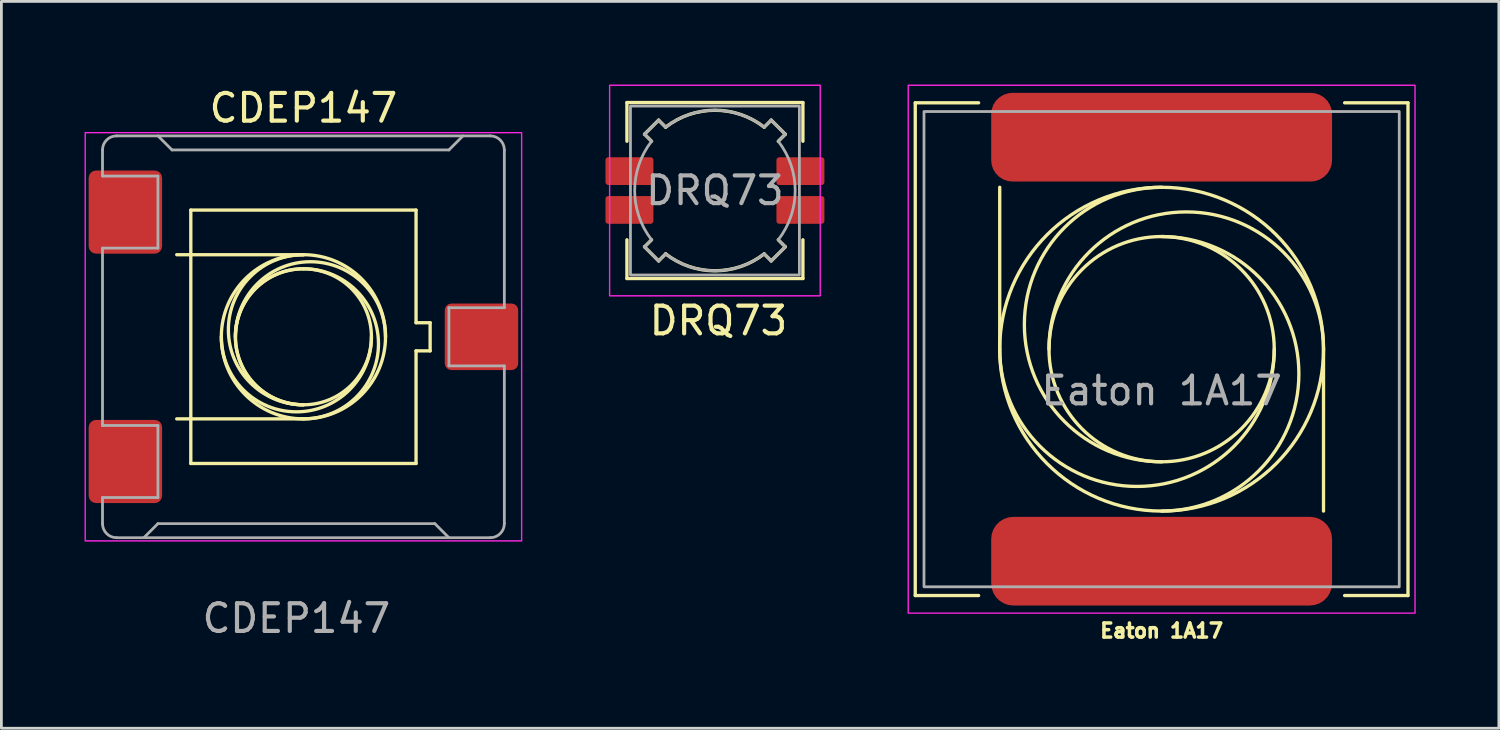
<source format=kicad_pcb>
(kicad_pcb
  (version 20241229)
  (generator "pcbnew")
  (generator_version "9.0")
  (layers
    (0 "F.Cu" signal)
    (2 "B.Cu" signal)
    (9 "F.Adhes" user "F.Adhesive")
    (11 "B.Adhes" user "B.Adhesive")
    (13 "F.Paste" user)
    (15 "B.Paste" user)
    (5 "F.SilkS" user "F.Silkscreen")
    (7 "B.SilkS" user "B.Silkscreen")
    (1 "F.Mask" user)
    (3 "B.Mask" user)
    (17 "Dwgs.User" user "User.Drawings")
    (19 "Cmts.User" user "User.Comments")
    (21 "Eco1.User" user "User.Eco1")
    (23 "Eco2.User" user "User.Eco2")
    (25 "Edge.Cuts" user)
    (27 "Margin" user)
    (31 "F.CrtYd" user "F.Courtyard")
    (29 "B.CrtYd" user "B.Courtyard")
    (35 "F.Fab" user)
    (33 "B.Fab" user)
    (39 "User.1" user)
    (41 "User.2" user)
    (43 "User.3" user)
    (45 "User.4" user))
  (footprint "Eaton 1A17"
    (layer "F.Cu")
    (at 38.867 9.55)
    (property "Reference" "Eaton 1A17" (at 0 10.16 0) (layer "F.SilkS") (effects (font (size 0.508 0.508) (thickness 0.127))))
    (fp_line (start -8.89 -8.89) (end -8.89 8.89) (stroke (width 0.12) (type solid)) (layer "F.SilkS"))
    (fp_line (start -8.89 8.89) (end -6.604 8.89) (stroke (width 0.12) (type solid)) (layer "F.SilkS"))
    (fp_line (start -6.604 -8.89) (end -8.89 -8.89) (stroke (width 0.12) (type solid)) (layer "F.SilkS"))
    (fp_line (start -5.842 0) (end -5.842 -5.842) (stroke (width 0.12) (type solid)) (layer "F.SilkS"))
    (fp_line (start 5.842 0) (end 5.842 5.842) (stroke (width 0.12) (type solid)) (layer "F.SilkS"))
    (fp_line (start 6.604 -8.89) (end 8.89 -8.89) (stroke (width 0.12) (type solid)) (layer "F.SilkS"))
    (fp_line (start 8.89 -8.89) (end 8.89 8.89) (stroke (width 0.12) (type solid)) (layer "F.SilkS"))
    (fp_line (start 8.89 8.89) (end 6.604 8.89) (stroke (width 0.12) (type solid)) (layer "F.SilkS"))
    (fp_arc (start -4.064 0) (mid 0.889 -4.953) (end 5.842 0) (stroke (width 0.12) (type solid)) (layer "F.SilkS"))
    (fp_arc (start 0 -4.064) (mid 4.953 0.889) (end 0 5.842) (stroke (width 0.12) (type solid)) (layer "F.SilkS"))
    (fp_arc (start 0 4.064) (mid -4.953 -0.889) (end 0 -5.842) (stroke (width 0.12) (type solid)) (layer "F.SilkS"))
    (fp_arc (start 4.064 0) (mid -0.889 4.953) (end -5.842 0) (stroke (width 0.12) (type solid)) (layer "F.SilkS"))
    (fp_circle (center 0 0) (end 0 -5.842) (stroke (width 0.12) (type solid)) (fill no) (layer "F.SilkS"))
    (fp_circle (center 0 0) (end 0 -4.064) (stroke (width 0.12) (type solid)) (fill no) (layer "F.SilkS"))
    (fp_rect (start -9.144 -9.525) (end 9.144 9.525) (stroke (width 0.05) (type solid)) (fill no) (layer "F.CrtYd"))
    (fp_rect (start -8.575 -8.575) (end 8.575 8.575) (stroke (width 0.1) (type solid)) (fill no) (layer "F.Fab"))
    (fp_text user "${REFERENCE}" (at 0 1.5 0) (unlocked yes) (layer "F.Fab") (effects (font (size 1 1) (thickness 0.15))))
    (pad "1" smd roundrect (at 0 -7.65) (size 12.3 3.2) (layers "F.Cu" "F.Mask" "F.Paste") (roundrect_rratio 0.24))
    (pad "2" smd roundrect (at 0 7.65) (size 12.3 3.2) (layers "F.Cu" "F.Mask" "F.Paste") (roundrect_rratio 0.25)))
  (footprint "CDEP147"
    (layer "F.Cu")
    (at 7.899 9.103)
    (property "Reference" "CDEP147" (at 0 -8.255 0) (unlocked yes) (layer "F.SilkS") (effects (font (size 1 1) (thickness 0.15))))
    (fp_line (start -4.064 -4.572) (end -4.064 4.572) (stroke (width 0.12) (type solid)) (layer "F.SilkS"))
    (fp_line (start -4.064 -4.572) (end 4.064 -4.572) (stroke (width 0.12) (type solid)) (layer "F.SilkS"))
    (fp_line (start 0 -2.962) (end -4.572 -2.962) (stroke (width 0.12) (type solid)) (layer "F.SilkS"))
    (fp_line (start 0 2.962) (end -4.572 2.962) (stroke (width 0.12) (type solid)) (layer "F.SilkS"))
    (fp_line (start 4.064 -4.572) (end 4.064 -0.508) (stroke (width 0.12) (type solid)) (layer "F.SilkS"))
    (fp_line (start 4.064 -0.508) (end 4.572 -0.508) (stroke (width 0.12) (type solid)) (layer "F.SilkS"))
    (fp_line (start 4.064 0.508) (end 4.064 4.572) (stroke (width 0.12) (type solid)) (layer "F.SilkS"))
    (fp_line (start 4.064 4.572) (end -4.064 4.572) (stroke (width 0.12) (type solid)) (layer "F.SilkS"))
    (fp_line (start 4.572 -0.508) (end 4.572 0.508) (stroke (width 0.12) (type solid)) (layer "F.SilkS"))
    (fp_line (start 4.572 0.508) (end 4.064 0.508) (stroke (width 0.12) (type solid)) (layer "F.SilkS"))
    (fp_arc (start -2.454123 0) (mid 0.254 -2.708123) (end 2.962123 0) (stroke (width 0.12) (type solid)) (layer "F.SilkS"))
    (fp_arc (start 0 -2.454123) (mid 2.708123 0.254) (end 0 2.962123) (stroke (width 0.12) (type solid)) (layer "F.SilkS"))
    (fp_arc (start 0 2.454123) (mid -2.708123 -0.254) (end 0 -2.962123) (stroke (width 0.12) (type solid)) (layer "F.SilkS"))
    (fp_arc (start 0 2.454123) (mid -2.454123 0) (end 0 -2.454123) (stroke (width 0.12) (type solid)) (layer "F.SilkS"))
    (fp_arc (start 2.454123 0) (mid -0.254 2.708123) (end -2.962123 0) (stroke (width 0.12) (type solid)) (layer "F.SilkS"))
    (fp_circle (center 0 0) (end -1.524 -2.54) (stroke (width 0.12) (type solid)) (fill no) (layer "F.SilkS"))
    (fp_circle (center 0 0) (end 0 2.454) (stroke (width 0.12) (type solid)) (fill no) (layer "F.SilkS"))
    (fp_rect (start -7.874 -7.366) (end 7.874 7.366) (stroke (width 0.05) (type solid)) (fill no) (layer "F.CrtYd"))
    (fp_line (start -7.25 -5.8) (end -7.25 -6.742) (stroke (width 0.1) (type solid)) (layer "F.Fab"))
    (fp_line (start -7.25 -5.8) (end -5.25 -5.8) (stroke (width 0.1) (type solid)) (layer "F.Fab"))
    (fp_line (start -7.25 -3.2) (end -7.25 3.2) (stroke (width 0.1) (type solid)) (layer "F.Fab"))
    (fp_line (start -7.25 -3.2) (end -5.25 -3.2) (stroke (width 0.1) (type solid)) (layer "F.Fab"))
    (fp_line (start -7.25 3.2) (end -5.25 3.2) (stroke (width 0.1) (type solid)) (layer "F.Fab"))
    (fp_line (start -7.25 5.8) (end -7.25 6.742) (stroke (width 0.1) (type solid)) (layer "F.Fab"))
    (fp_line (start -7.25 5.8) (end -5.25 5.8) (stroke (width 0.1) (type solid)) (layer "F.Fab"))
    (fp_line (start -6.742 -7.25) (end 6.742 -7.25) (stroke (width 0.1) (type solid)) (layer "F.Fab"))
    (fp_line (start -6.742 7.25) (end 6.742 7.25) (stroke (width 0.1) (type solid)) (layer "F.Fab"))
    (fp_line (start -5.25 -5.8) (end -5.25 -3.2) (stroke (width 0.1) (type solid)) (layer "F.Fab"))
    (fp_line (start -5.25 3.2) (end -5.25 5.8) (stroke (width 0.1) (type solid)) (layer "F.Fab"))
    (fp_line (start -5.25 6.742) (end -5.758 7.25) (stroke (width 0.1) (type solid)) (layer "F.Fab"))
    (fp_line (start -4.742 -6.742) (end -5.25 -7.25) (stroke (width 0.1) (type solid)) (layer "F.Fab"))
    (fp_line (start -4.742 -6.742) (end 5.25 -6.742) (stroke (width 0.1) (type solid)) (layer "F.Fab"))
    (fp_line (start 4.742 6.742) (end -5.25 6.742) (stroke (width 0.1) (type solid)) (layer "F.Fab"))
    (fp_line (start 4.742 6.742) (end 5.25 7.25) (stroke (width 0.1) (type solid)) (layer "F.Fab"))
    (fp_line (start 5.25 -6.742) (end 5.758 -7.25) (stroke (width 0.1) (type solid)) (layer "F.Fab"))
    (fp_line (start 5.25 -1.05) (end 5.25 1.05) (stroke (width 0.1) (type solid)) (layer "F.Fab"))
    (fp_line (start 5.25 -1.05) (end 7.25 -1.05) (stroke (width 0.1) (type solid)) (layer "F.Fab"))
    (fp_line (start 5.25 1.05) (end 7.25 1.05) (stroke (width 0.1) (type solid)) (layer "F.Fab"))
    (fp_line (start 7.25 -6.742) (end 7.25 -1.05) (stroke (width 0.1) (type solid)) (layer "F.Fab"))
    (fp_line (start 7.25 1.05) (end 7.25 6.742) (stroke (width 0.1) (type solid)) (layer "F.Fab"))
    (fp_arc (start -7.25 -6.742) (mid -7.10121 -7.10121) (end -6.742 -7.25) (stroke (width 0.1) (type solid)) (layer "F.Fab"))
    (fp_arc (start -6.742 7.25) (mid -7.10121 7.10121) (end -7.25 6.742) (stroke (width 0.1) (type solid)) (layer "F.Fab"))
    (fp_arc (start 6.742 -7.25) (mid 7.10121 -7.10121) (end 7.25 -6.742) (stroke (width 0.1) (type solid)) (layer "F.Fab"))
    (fp_arc (start 7.25 6.742) (mid 7.10121 7.10121) (end 6.742 7.25) (stroke (width 0.1) (type solid)) (layer "F.Fab"))
    (fp_text user "${REFERENCE}" (at -0.254 10.16 0) (unlocked yes) (layer "F.Fab") (effects (font (size 1 1) (thickness 0.15))))
    (pad "1" smd roundrect (at -6.425 4.5) (size 2.65 3) (layers "F.Cu" "F.Mask" "F.Paste") (roundrect_rratio 0.1))
    (pad "2" smd roundrect (at -6.425 -4.5) (size 2.65 3) (layers "F.Cu" "F.Mask" "F.Paste") (roundrect_rratio 0.1))
    (pad "3" smd roundrect (at 6.425 0) (size 2.65 2.4) (layers "F.Cu" "F.Mask" "F.Paste") (roundrect_rratio 0.1)))
  (footprint "DRQ73"
    (layer "F.Cu")
    (at 22.748 3.825)
    (property "Reference" "DRQ73" (at 0.127 4.699 0) (unlocked yes) (layer "F.SilkS") (effects (font (size 1 1) (thickness 0.15))))
    (fp_line (start -3.175 -3.175) (end 3.175 -3.175) (stroke (width 0.12) (type solid)) (layer "F.SilkS"))
    (fp_line (start -3.175 -1.778) (end -3.175 -3.175) (stroke (width 0.12) (type solid)) (layer "F.SilkS"))
    (fp_line (start -3.175 3.175) (end -3.175 1.778) (stroke (width 0.12) (type solid)) (layer "F.SilkS"))
    (fp_line (start -2.54 -2.032) (end -2.032 -2.54) (stroke (width 0.12) (type solid)) (layer "F.SilkS"))
    (fp_line (start -2.54 2.032) (end -2.032 2.54) (stroke (width 0.12) (type solid)) (layer "F.SilkS"))
    (fp_line (start -2.286 -1.778) (end -2.54 -2.032) (stroke (width 0.12) (type solid)) (layer "F.SilkS"))
    (fp_line (start -2.286 1.778) (end -2.54 2.032) (stroke (width 0.12) (type solid)) (layer "F.SilkS"))
    (fp_line (start -2.032 -2.54) (end -1.778 -2.286) (stroke (width 0.12) (type solid)) (layer "F.SilkS"))
    (fp_line (start -2.032 2.54) (end -1.778 2.286) (stroke (width 0.12) (type solid)) (layer "F.SilkS"))
    (fp_line (start 1.778 2.286) (end 2.032 2.54) (stroke (width 0.12) (type solid)) (layer "F.SilkS"))
    (fp_line (start 2.032 -2.54) (end 1.778 -2.286) (stroke (width 0.12) (type solid)) (layer "F.SilkS"))
    (fp_line (start 2.032 2.54) (end 2.54 2.032) (stroke (width 0.12) (type solid)) (layer "F.SilkS"))
    (fp_line (start 2.286 -1.778) (end 2.54 -2.032) (stroke (width 0.12) (type solid)) (layer "F.SilkS"))
    (fp_line (start 2.54 -2.032) (end 2.032 -2.54) (stroke (width 0.12) (type solid)) (layer "F.SilkS"))
    (fp_line (start 2.54 2.032) (end 2.286 1.778) (stroke (width 0.12) (type solid)) (layer "F.SilkS"))
    (fp_line (start 3.175 -3.175) (end 3.175 -1.778) (stroke (width 0.12) (type solid)) (layer "F.SilkS"))
    (fp_line (start 3.175 1.778) (end 3.175 3.175) (stroke (width 0.12) (type solid)) (layer "F.SilkS"))
    (fp_line (start 3.175 3.175) (end -3.175 3.175) (stroke (width 0.12) (type solid)) (layer "F.SilkS"))
    (fp_arc (start -1.778 -2.286) (mid 0 -2.896046) (end 1.778 -2.286) (stroke (width 0.12) (type solid)) (layer "F.SilkS"))
    (fp_arc (start 1.778 2.286) (mid 0 2.896046) (end -1.778 2.286) (stroke (width 0.12) (type solid)) (layer "F.SilkS"))
    (fp_rect (start -3.8 -3.8) (end 3.8 3.8) (stroke (width 0.05) (type solid)) (fill no) (layer "F.CrtYd"))
    (fp_line (start -2.54 -2.032) (end -2.286 -1.778) (stroke (width 0.1) (type solid)) (layer "F.Fab"))
    (fp_line (start -2.54 2.032) (end -2.286 1.778) (stroke (width 0.1) (type solid)) (layer "F.Fab"))
    (fp_line (start -2.54 2.032) (end -2.032 2.54) (stroke (width 0.1) (type solid)) (layer "F.Fab"))
    (fp_line (start -2.032 -2.54) (end -2.54 -2.032) (stroke (width 0.1) (type solid)) (layer "F.Fab"))
    (fp_line (start -2.032 -2.54) (end -1.778 -2.286) (stroke (width 0.1) (type solid)) (layer "F.Fab"))
    (fp_line (start -2.032 2.54) (end -1.778 2.286) (stroke (width 0.1) (type solid)) (layer "F.Fab"))
    (fp_line (start 2.032 -2.54) (end 1.778 -2.286) (stroke (width 0.1) (type solid)) (layer "F.Fab"))
    (fp_line (start 2.032 2.54) (end 1.778 2.286) (stroke (width 0.1) (type solid)) (layer "F.Fab"))
    (fp_line (start 2.032 2.54) (end 2.54 2.032) (stroke (width 0.1) (type solid)) (layer "F.Fab"))
    (fp_line (start 2.54 -2.032) (end 2.032 -2.54) (stroke (width 0.1) (type solid)) (layer "F.Fab"))
    (fp_line (start 2.54 -2.032) (end 2.286 -1.778) (stroke (width 0.1) (type solid)) (layer "F.Fab"))
    (fp_line (start 2.54 2.032) (end 2.286 1.778) (stroke (width 0.1) (type solid)) (layer "F.Fab"))
    (fp_rect (start -3.048 -3.048) (end 3.048 3.048) (stroke (width 0.1) (type solid)) (fill no) (layer "F.Fab"))
    (fp_arc (start -2.286 1.778) (mid -2.896046 0) (end -2.286 -1.778) (stroke (width 0.1) (type solid)) (layer "F.Fab"))
    (fp_arc (start -1.778 -2.286) (mid 0 -2.896046) (end 1.778 -2.286) (stroke (width 0.1) (type solid)) (layer "F.Fab"))
    (fp_arc (start 1.778 2.286) (mid 0 2.896046) (end -1.778 2.286) (stroke (width 0.1) (type solid)) (layer "F.Fab"))
    (fp_arc (start 2.286 -1.778) (mid 2.896046 0) (end 2.286 1.778) (stroke (width 0.1) (type solid)) (layer "F.Fab"))
    (fp_text user "${REFERENCE}" (at 0 0 0) (unlocked yes) (layer "F.Fab") (effects (font (size 1 1) (thickness 0.15))))
    (pad "1" smd roundrect (at -3.085 -0.7) (size 1.73 1) (layers "F.Cu" "F.Mask" "F.Paste") (roundrect_rratio 0.1))
    (pad "2" smd roundrect (at -3.085 0.7) (size 1.73 1) (layers "F.Cu" "F.Mask" "F.Paste") (roundrect_rratio 0.1))
    (pad "3" smd roundrect (at 3.085 0.7) (size 1.73 1) (layers "F.Cu" "F.Mask" "F.Paste") (roundrect_rratio 0.1))
    (pad "4" smd roundrect (at 3.085 -0.7) (size 1.73 1) (layers "F.Cu" "F.Mask" "F.Paste") (roundrect_rratio 0.1)))
  (gr_rect
    (start -3 -3)
    (end 51.036 23.23)
    (stroke (width 0.1) (type default))
    (fill no)
    (layer "Edge.Cuts")))
</source>
